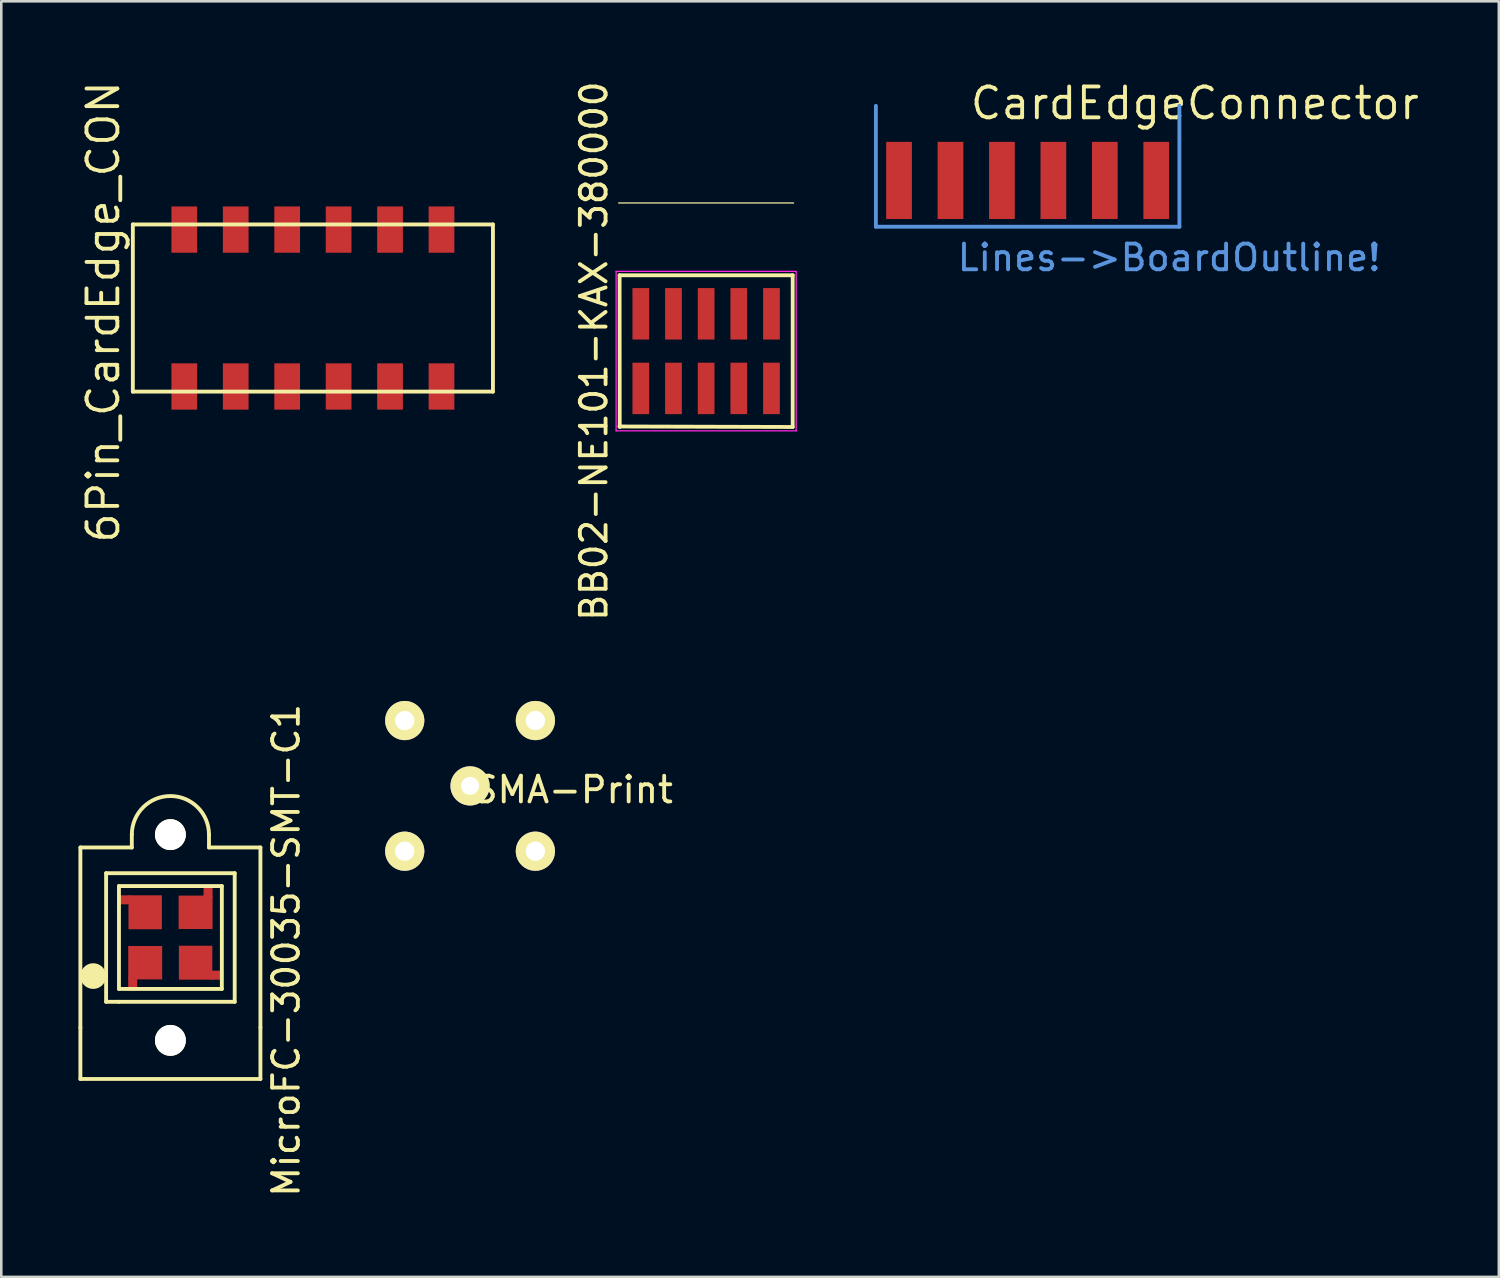
<source format=kicad_pcb>
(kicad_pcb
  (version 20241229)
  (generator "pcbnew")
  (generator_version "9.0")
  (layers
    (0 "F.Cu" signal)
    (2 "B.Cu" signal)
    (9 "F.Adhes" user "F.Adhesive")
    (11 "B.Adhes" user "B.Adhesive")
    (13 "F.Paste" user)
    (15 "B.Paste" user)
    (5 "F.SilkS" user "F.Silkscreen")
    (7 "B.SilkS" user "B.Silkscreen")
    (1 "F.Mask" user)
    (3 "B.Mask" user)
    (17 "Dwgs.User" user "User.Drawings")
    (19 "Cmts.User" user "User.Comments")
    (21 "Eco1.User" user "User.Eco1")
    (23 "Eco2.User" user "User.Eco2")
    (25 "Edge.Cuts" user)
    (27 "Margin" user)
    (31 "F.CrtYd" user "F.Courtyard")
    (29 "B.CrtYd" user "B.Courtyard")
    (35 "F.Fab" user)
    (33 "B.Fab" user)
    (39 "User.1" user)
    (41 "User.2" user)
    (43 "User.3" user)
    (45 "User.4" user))
  (footprint "6Pin_CardEdge_CON"
    (layer "F.Cu")
    (at 9.115 8.926)
    (property "Reference" "6Pin_CardEdge_CON" (at -8.15 0.15 90) (layer "F.SilkS") (effects (font (size 1.2 1.2) (thickness 0.15))))
    (attr through_hole)
    (fp_line (start -7 -3.25) (end -7 3.25) (stroke (width 0.15) (type solid)) (layer "F.SilkS"))
    (fp_line (start -7 3.25) (end 7 3.25) (stroke (width 0.15) (type solid)) (layer "F.SilkS"))
    (fp_line (start 7 -3.25) (end -7 -3.25) (stroke (width 0.15) (type solid)) (layer "F.SilkS"))
    (fp_line (start 7 3.25) (end 7 -3.25) (stroke (width 0.15) (type solid)) (layer "F.SilkS"))
    (pad "1" smd rect (at -5 -3.05) (size 1 1.8) (layers "F.Cu" "F.Mask" "F.Paste"))
    (pad "1" smd rect (at -5 3.05) (size 1 1.8) (layers "F.Cu" "F.Mask" "F.Paste"))
    (pad "2" smd rect (at -3 -3.05) (size 1 1.8) (layers "F.Cu" "F.Mask" "F.Paste"))
    (pad "2" smd rect (at -3 3.05) (size 1 1.8) (layers "F.Cu" "F.Mask" "F.Paste"))
    (pad "3" smd rect (at -1 -3.05) (size 1 1.8) (layers "F.Cu" "F.Mask" "F.Paste"))
    (pad "3" smd rect (at -1 3.05) (size 1 1.8) (layers "F.Cu" "F.Mask" "F.Paste"))
    (pad "4" smd rect (at 1 -3.05) (size 1 1.8) (layers "F.Cu" "F.Mask" "F.Paste"))
    (pad "4" smd rect (at 1 3.05) (size 1 1.8) (layers "F.Cu" "F.Mask" "F.Paste"))
    (pad "5" smd rect (at 3 -3.05) (size 1 1.8) (layers "F.Cu" "F.Mask" "F.Paste"))
    (pad "5" smd rect (at 3 3.05) (size 1 1.8) (layers "F.Cu" "F.Mask" "F.Paste"))
    (pad "6" smd rect (at 5 -3.05) (size 1 1.8) (layers "F.Cu" "F.Mask" "F.Paste"))
    (pad "6" smd rect (at 5 3.05) (size 1 1.8) (layers "F.Cu" "F.Mask" "F.Paste")))
  (footprint "CardEdgeConnector"
    (layer "F.Cu")
    (at 36.904 3.965)
    (property "Reference" "CardEdgeConnector" (at 6.5 -3 0) (layer "F.SilkS") (effects (font (size 1.2 1.2) (thickness 0.15))))
    (attr through_hole)
    (fp_line (start -5.9 1.8) (end -5.9 -2.9) (stroke (width 0.15) (type solid)) (layer "Cmts.User"))
    (fp_line (start -5.9 1.8) (end 5.9 1.8) (stroke (width 0.15) (type solid)) (layer "Cmts.User"))
    (fp_line (start 5.9 1.8) (end 5.9 -2.9) (stroke (width 0.15) (type solid)) (layer "Cmts.User"))
    (fp_text user "Lines->BoardOutline!" (at 5.5 3 0) (layer "Cmts.User") (effects (font (size 1 1) (thickness 0.15))))
    (pad "1" smd rect (at -5 0) (size 1 3) (layers "F.Cu" "F.Mask"))
    (pad "2" smd rect (at -3 0) (size 1 3) (layers "F.Cu" "F.Mask"))
    (pad "3" smd rect (at -1 0) (size 1 3) (layers "F.Cu" "F.Mask"))
    (pad "4" smd rect (at 1 0) (size 1 3) (layers "F.Cu" "F.Mask"))
    (pad "5" smd rect (at 3 0) (size 1 3) (layers "F.Cu" "F.Mask"))
    (pad "6" smd rect (at 5 0) (size 1 3) (layers "F.Cu" "F.Mask")))
  (footprint "SMA-Print"
    (layer "F.Cu")
    (at 15.225 27.504)
    (property "Reference" "SMA-Print" (at 4 0.15 0) (layer "F.SilkS") (effects (font (size 1 1) (thickness 0.15))))
    (attr through_hole)
    (pad "1" thru_hole circle (at 0 0) (size 1.524 1.524) (drill 0.7) (layers "*.Cu" "*.Mask" "F.SilkS"))
    (pad "2" thru_hole circle (at -2.54 -2.54) (size 1.524 1.524) (drill 0.75) (layers "*.Cu" "*.Mask" "F.SilkS"))
    (pad "2" thru_hole circle (at -2.54 2.54) (size 1.524 1.524) (drill 0.75) (layers "*.Cu" "*.Mask" "F.SilkS"))
    (pad "2" thru_hole circle (at 2.54 -2.54) (size 1.524 1.524) (drill 0.75) (layers "*.Cu" "*.Mask" "F.SilkS"))
    (pad "2" thru_hole circle (at 2.54 2.54) (size 1.524 1.524) (drill 0.75) (layers "*.Cu" "*.Mask" "F.SilkS")))
  (footprint "MicroFC-30035-SMT-C1"
    (layer "F.Cu")
    (at 3.575 33.399)
    (property "Reference" "MicroFC-30035-SMT-C1" (at 4.5 0.5 270) (layer "F.SilkS") (effects (font (size 1 1) (thickness 0.15))))
    (attr through_hole)
    (fp_line (start -3.5 -3.5) (end -3.5 3.5) (stroke (width 0.15) (type solid)) (layer "F.SilkS"))
    (fp_line (start -3.5 5.5) (end -3.5 3.5) (stroke (width 0.15) (type solid)) (layer "F.SilkS"))
    (fp_line (start -2.5 -2.5) (end -2.5 2.5) (stroke (width 0.15) (type solid)) (layer "F.SilkS"))
    (fp_line (start -2.5 2.5) (end -2 2.5) (stroke (width 0.15) (type solid)) (layer "F.SilkS"))
    (fp_line (start -2 -2) (end 2 -2) (stroke (width 0.15) (type solid)) (layer "F.SilkS"))
    (fp_line (start -2 2) (end -2 -2) (stroke (width 0.15) (type solid)) (layer "F.SilkS"))
    (fp_line (start -2 2.5) (end 2.5 2.5) (stroke (width 0.15) (type solid)) (layer "F.SilkS"))
    (fp_line (start -1.5 -4) (end -1.5 -3.5) (stroke (width 0.15) (type solid)) (layer "F.SilkS"))
    (fp_line (start -1.5 -3.5) (end -3.5 -3.5) (stroke (width 0.15) (type solid)) (layer "F.SilkS"))
    (fp_line (start 1.5 -4) (end 1.5 -3.5) (stroke (width 0.15) (type solid)) (layer "F.SilkS"))
    (fp_line (start 1.5 -3.5) (end 3.5 -3.5) (stroke (width 0.15) (type solid)) (layer "F.SilkS"))
    (fp_line (start 2 -2) (end 2 2) (stroke (width 0.15) (type solid)) (layer "F.SilkS"))
    (fp_line (start 2 2) (end -2 2) (stroke (width 0.15) (type solid)) (layer "F.SilkS"))
    (fp_line (start 2.5 -2.5) (end -2.5 -2.5) (stroke (width 0.15) (type solid)) (layer "F.SilkS"))
    (fp_line (start 2.5 2.5) (end 2.5 -2.5) (stroke (width 0.15) (type solid)) (layer "F.SilkS"))
    (fp_line (start 3.5 3.5) (end 3.5 -3.5) (stroke (width 0.15) (type solid)) (layer "F.SilkS"))
    (fp_line (start 3.5 3.5) (end 3.5 5.5) (stroke (width 0.15) (type solid)) (layer "F.SilkS"))
    (fp_line (start 3.5 5.5) (end -3.5 5.5) (stroke (width 0.15) (type solid)) (layer "F.SilkS"))
    (fp_arc (start -1.5 -4) (mid 0 -5.5) (end 1.5 -4) (stroke (width 0.15) (type solid)) (layer "F.SilkS"))
    (fp_circle (center -3 1.5) (end -3 1.75) (stroke (width 0.5) (type solid)) (fill no) (layer "F.SilkS"))
    (pad "" np_thru_hole circle (at 0 -4) (size 1.2 1.2) (drill 1.2) (layers "*.Cu" "*.Mask" "F.SilkS"))
    (pad "" np_thru_hole circle (at 0 4) (size 1.2 1.2) (drill 1.2) (layers "*.Cu" "*.Mask" "F.SilkS"))
    (pad "1" smd rect (at -1.465 1.8 180) (size 0.35 0.5) (layers "F.Cu" "F.Mask" "F.Paste"))
    (pad "1" smd rect (at -0.98 0.98 180) (size 1.32 1.3) (layers "F.Cu" "F.Mask" "F.Paste"))
    (pad "2" smd rect (at 0.98 0.98 270) (size 1.32 1.3) (layers "F.Cu" "F.Mask" "F.Paste"))
    (pad "2" smd rect (at 1.8 1.465 270) (size 0.35 0.5) (layers "F.Cu" "F.Mask" "F.Paste"))
    (pad "3" smd rect (at 0.98 -0.98) (size 1.32 1.3) (layers "F.Cu" "F.Mask" "F.Paste"))
    (pad "3" smd rect (at 1.465 -1.8) (size 0.35 0.5) (layers "F.Cu" "F.Mask" "F.Paste"))
    (pad "4" smd rect (at -1.8 -1.465 90) (size 0.35 0.5) (layers "F.Cu" "F.Mask" "F.Paste"))
    (pad "4" smd rect (at -0.98 -0.98 90) (size 1.32 1.3) (layers "F.Cu" "F.Mask" "F.Paste")))
  (footprint "BB02-NE101-KAX-380000"
    (layer "F.Cu")
    (at 24.404 10.601)
    (property "Reference" "BB02-NE101-KAX-380000" (at -4.365 0 90) (layer "F.SilkS") (effects (font (size 1 1) (thickness 0.15))))
    (attr smd)
    (fp_line (start -3.4 -5.76) (end 3.4 -5.76) (stroke (width 0.05) (type solid)) (layer "F.SilkS"))
    (fp_line (start -3.365 -2.95) (end 3.365 -2.95) (stroke (width 0.15) (type solid)) (layer "F.SilkS"))
    (fp_line (start -3.36 2.95) (end -3.365 -2.95) (stroke (width 0.15) (type solid)) (layer "F.SilkS"))
    (fp_line (start 3.365 -2.95) (end 3.365 2.95) (stroke (width 0.15) (type solid)) (layer "F.SilkS"))
    (fp_line (start 3.365 2.95) (end -3.37 2.93) (stroke (width 0.15) (type solid)) (layer "F.SilkS"))
    (fp_line (start -3.5 -3.1) (end 3.5 -3.1) (stroke (width 0.05) (type solid)) (layer "F.CrtYd"))
    (fp_line (start -3.5 3.1) (end -3.5 -3.1) (stroke (width 0.05) (type solid)) (layer "F.CrtYd"))
    (fp_line (start 3.5 -3.1) (end 3.5 3.1) (stroke (width 0.05) (type solid)) (layer "F.CrtYd"))
    (fp_line (start 3.5 3.1) (end -3.5 3.1) (stroke (width 0.05) (type solid)) (layer "F.CrtYd"))
    (pad "1" smd rect (at -2.54 1.45) (size 0.65 2) (layers "F.Cu" "F.Mask" "F.Paste"))
    (pad "2" smd rect (at -1.27 1.45) (size 0.65 2) (layers "F.Cu" "F.Mask" "F.Paste"))
    (pad "3" smd rect (at 0 1.45) (size 0.65 2) (layers "F.Cu" "F.Mask" "F.Paste"))
    (pad "4" smd rect (at 1.27 1.45) (size 0.65 2) (layers "F.Cu" "F.Mask" "F.Paste"))
    (pad "5" smd rect (at 2.54 1.45) (size 0.65 2) (layers "F.Cu" "F.Mask" "F.Paste"))
    (pad "6" smd rect (at 2.54 -1.45) (size 0.65 2) (layers "F.Cu" "F.Mask" "F.Paste"))
    (pad "7" smd rect (at 1.27 -1.45) (size 0.65 2) (layers "F.Cu" "F.Mask" "F.Paste"))
    (pad "8" smd rect (at 0 -1.45) (size 0.65 2) (layers "F.Cu" "F.Mask" "F.Paste"))
    (pad "9" smd rect (at -1.27 -1.45) (size 0.65 2) (layers "F.Cu" "F.Mask" "F.Paste"))
    (pad "10" smd rect (at -2.54 -1.45) (size 0.65 2) (layers "F.Cu" "F.Mask" "F.Paste")))
  (gr_rect
    (start -3 -3)
    (end 55.223 46.595)
    (stroke (width 0.1) (type default))
    (fill no)
    (layer "Edge.Cuts")))
</source>
